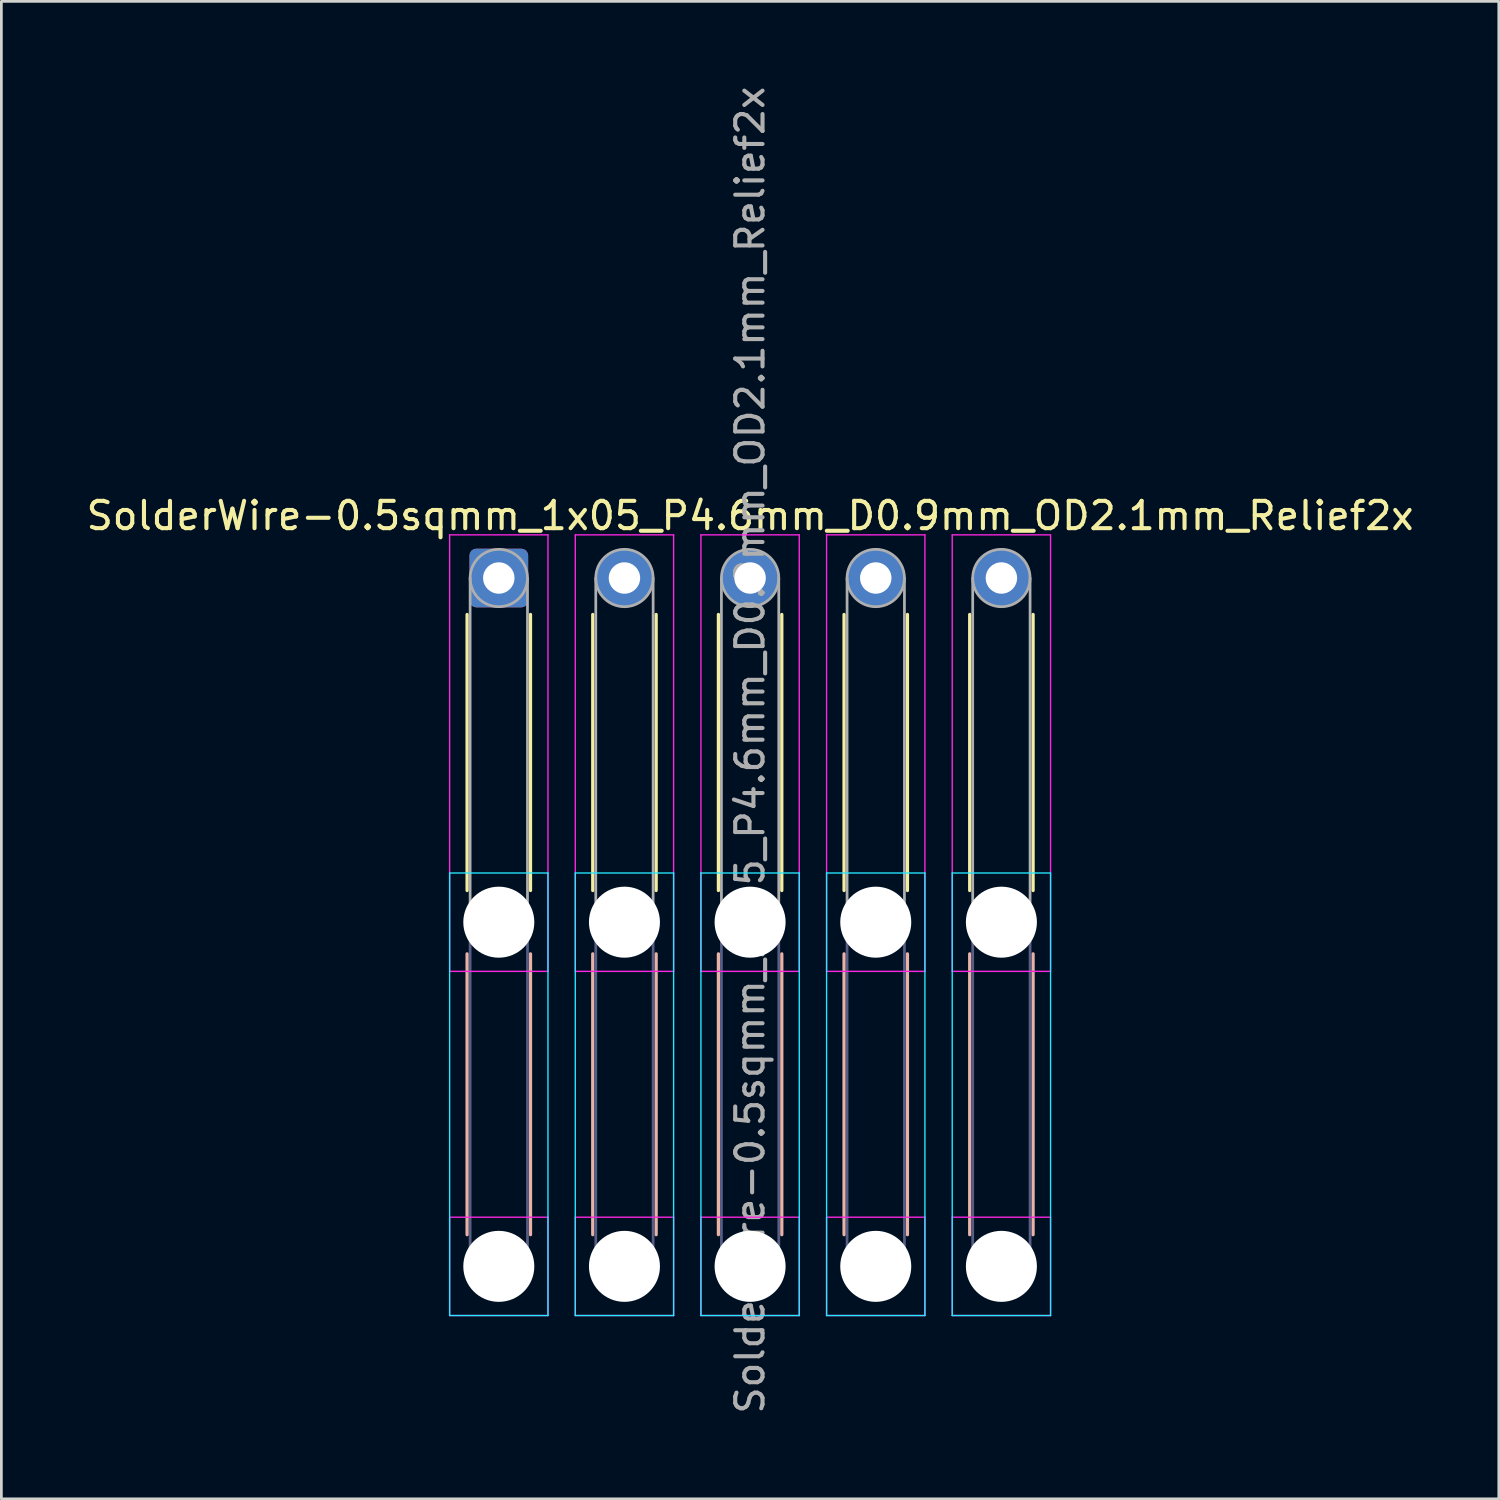
<source format=kicad_pcb>
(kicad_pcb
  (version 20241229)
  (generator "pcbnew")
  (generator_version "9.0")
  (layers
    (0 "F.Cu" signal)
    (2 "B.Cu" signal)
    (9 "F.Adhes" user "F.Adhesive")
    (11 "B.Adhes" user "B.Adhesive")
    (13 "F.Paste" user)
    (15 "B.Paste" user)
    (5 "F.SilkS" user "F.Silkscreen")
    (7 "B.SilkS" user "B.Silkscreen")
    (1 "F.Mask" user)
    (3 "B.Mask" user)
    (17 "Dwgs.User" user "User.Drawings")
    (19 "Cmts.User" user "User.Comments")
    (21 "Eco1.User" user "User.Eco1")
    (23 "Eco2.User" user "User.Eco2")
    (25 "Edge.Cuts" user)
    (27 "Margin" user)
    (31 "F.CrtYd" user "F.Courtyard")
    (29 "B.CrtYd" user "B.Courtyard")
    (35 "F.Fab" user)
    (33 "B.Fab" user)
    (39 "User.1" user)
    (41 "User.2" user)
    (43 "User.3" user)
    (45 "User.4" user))
  (footprint "SolderWire-0.5sqmm_1x05_P4.6mm_D0.9mm_OD2.1mm_Relief2x"
    (layer "F.Cu")
    (at 15.211 18.111)
    (property "Reference" "SolderWire-0.5sqmm_1x05_P4.6mm_D0.9mm_OD2.1mm_Relief2x" (at 9.2 -2.28 0) (layer "F.SilkS") (effects (font (size 1 1) (thickness 0.15))))
    (attr exclude_from_pos_files exclude_from_bom)
    (fp_line (start -1.16 1.335) (end -1.16 11.44) (stroke (width 0.12) (type solid)) (layer "F.SilkS"))
    (fp_line (start 1.16 1.335) (end 1.16 11.44) (stroke (width 0.12) (type solid)) (layer "F.SilkS"))
    (fp_line (start 3.44 1.335) (end 3.44 11.44) (stroke (width 0.12) (type solid)) (layer "F.SilkS"))
    (fp_line (start 5.76 1.335) (end 5.76 11.44) (stroke (width 0.12) (type solid)) (layer "F.SilkS"))
    (fp_line (start 8.04 1.335) (end 8.04 11.44) (stroke (width 0.12) (type solid)) (layer "F.SilkS"))
    (fp_line (start 10.36 1.335) (end 10.36 11.44) (stroke (width 0.12) (type solid)) (layer "F.SilkS"))
    (fp_line (start 12.64 1.335) (end 12.64 11.44) (stroke (width 0.12) (type solid)) (layer "F.SilkS"))
    (fp_line (start 14.96 1.335) (end 14.96 11.44) (stroke (width 0.12) (type solid)) (layer "F.SilkS"))
    (fp_line (start 17.24 1.335) (end 17.24 11.44) (stroke (width 0.12) (type solid)) (layer "F.SilkS"))
    (fp_line (start 19.56 1.335) (end 19.56 11.44) (stroke (width 0.12) (type solid)) (layer "F.SilkS"))
    (fp_line (start -1.16 13.76) (end -1.16 24.04) (stroke (width 0.12) (type solid)) (layer "B.SilkS"))
    (fp_line (start 1.16 13.76) (end 1.16 24.04) (stroke (width 0.12) (type solid)) (layer "B.SilkS"))
    (fp_line (start 3.44 13.76) (end 3.44 24.04) (stroke (width 0.12) (type solid)) (layer "B.SilkS"))
    (fp_line (start 5.76 13.76) (end 5.76 24.04) (stroke (width 0.12) (type solid)) (layer "B.SilkS"))
    (fp_line (start 8.04 13.76) (end 8.04 24.04) (stroke (width 0.12) (type solid)) (layer "B.SilkS"))
    (fp_line (start 10.36 13.76) (end 10.36 24.04) (stroke (width 0.12) (type solid)) (layer "B.SilkS"))
    (fp_line (start 12.64 13.76) (end 12.64 24.04) (stroke (width 0.12) (type solid)) (layer "B.SilkS"))
    (fp_line (start 14.96 13.76) (end 14.96 24.04) (stroke (width 0.12) (type solid)) (layer "B.SilkS"))
    (fp_line (start 17.24 13.76) (end 17.24 24.04) (stroke (width 0.12) (type solid)) (layer "B.SilkS"))
    (fp_line (start 19.56 13.76) (end 19.56 24.04) (stroke (width 0.12) (type solid)) (layer "B.SilkS"))
    (fp_line (start -1.8 10.8) (end -1.8 27) (stroke (width 0.05) (type solid)) (layer "B.CrtYd"))
    (fp_line (start -1.8 27) (end 1.8 27) (stroke (width 0.05) (type solid)) (layer "B.CrtYd"))
    (fp_line (start 1.8 10.8) (end -1.8 10.8) (stroke (width 0.05) (type solid)) (layer "B.CrtYd"))
    (fp_line (start 1.8 27) (end 1.8 10.8) (stroke (width 0.05) (type solid)) (layer "B.CrtYd"))
    (fp_line (start 2.8 10.8) (end 2.8 27) (stroke (width 0.05) (type solid)) (layer "B.CrtYd"))
    (fp_line (start 2.8 27) (end 6.4 27) (stroke (width 0.05) (type solid)) (layer "B.CrtYd"))
    (fp_line (start 6.4 10.8) (end 2.8 10.8) (stroke (width 0.05) (type solid)) (layer "B.CrtYd"))
    (fp_line (start 6.4 27) (end 6.4 10.8) (stroke (width 0.05) (type solid)) (layer "B.CrtYd"))
    (fp_line (start 7.4 10.8) (end 7.4 27) (stroke (width 0.05) (type solid)) (layer "B.CrtYd"))
    (fp_line (start 7.4 27) (end 11 27) (stroke (width 0.05) (type solid)) (layer "B.CrtYd"))
    (fp_line (start 11 10.8) (end 7.4 10.8) (stroke (width 0.05) (type solid)) (layer "B.CrtYd"))
    (fp_line (start 11 27) (end 11 10.8) (stroke (width 0.05) (type solid)) (layer "B.CrtYd"))
    (fp_line (start 12 10.8) (end 12 27) (stroke (width 0.05) (type solid)) (layer "B.CrtYd"))
    (fp_line (start 12 27) (end 15.6 27) (stroke (width 0.05) (type solid)) (layer "B.CrtYd"))
    (fp_line (start 15.6 10.8) (end 12 10.8) (stroke (width 0.05) (type solid)) (layer "B.CrtYd"))
    (fp_line (start 15.6 27) (end 15.6 10.8) (stroke (width 0.05) (type solid)) (layer "B.CrtYd"))
    (fp_line (start 16.6 10.8) (end 16.6 27) (stroke (width 0.05) (type solid)) (layer "B.CrtYd"))
    (fp_line (start 16.6 27) (end 20.2 27) (stroke (width 0.05) (type solid)) (layer "B.CrtYd"))
    (fp_line (start 20.2 10.8) (end 16.6 10.8) (stroke (width 0.05) (type solid)) (layer "B.CrtYd"))
    (fp_line (start 20.2 27) (end 20.2 10.8) (stroke (width 0.05) (type solid)) (layer "B.CrtYd"))
    (fp_line (start -1.8 -1.58) (end -1.8 14.4) (stroke (width 0.05) (type solid)) (layer "F.CrtYd"))
    (fp_line (start -1.8 14.4) (end 1.8 14.4) (stroke (width 0.05) (type solid)) (layer "F.CrtYd"))
    (fp_line (start -1.8 23.4) (end -1.8 27) (stroke (width 0.05) (type solid)) (layer "F.CrtYd"))
    (fp_line (start -1.8 27) (end 1.8 27) (stroke (width 0.05) (type solid)) (layer "F.CrtYd"))
    (fp_line (start 1.8 -1.58) (end -1.8 -1.58) (stroke (width 0.05) (type solid)) (layer "F.CrtYd"))
    (fp_line (start 1.8 14.4) (end 1.8 -1.58) (stroke (width 0.05) (type solid)) (layer "F.CrtYd"))
    (fp_line (start 1.8 23.4) (end -1.8 23.4) (stroke (width 0.05) (type solid)) (layer "F.CrtYd"))
    (fp_line (start 1.8 27) (end 1.8 23.4) (stroke (width 0.05) (type solid)) (layer "F.CrtYd"))
    (fp_line (start 2.8 -1.58) (end 2.8 14.4) (stroke (width 0.05) (type solid)) (layer "F.CrtYd"))
    (fp_line (start 2.8 14.4) (end 6.4 14.4) (stroke (width 0.05) (type solid)) (layer "F.CrtYd"))
    (fp_line (start 2.8 23.4) (end 2.8 27) (stroke (width 0.05) (type solid)) (layer "F.CrtYd"))
    (fp_line (start 2.8 27) (end 6.4 27) (stroke (width 0.05) (type solid)) (layer "F.CrtYd"))
    (fp_line (start 6.4 -1.58) (end 2.8 -1.58) (stroke (width 0.05) (type solid)) (layer "F.CrtYd"))
    (fp_line (start 6.4 14.4) (end 6.4 -1.58) (stroke (width 0.05) (type solid)) (layer "F.CrtYd"))
    (fp_line (start 6.4 23.4) (end 2.8 23.4) (stroke (width 0.05) (type solid)) (layer "F.CrtYd"))
    (fp_line (start 6.4 27) (end 6.4 23.4) (stroke (width 0.05) (type solid)) (layer "F.CrtYd"))
    (fp_line (start 7.4 -1.58) (end 7.4 14.4) (stroke (width 0.05) (type solid)) (layer "F.CrtYd"))
    (fp_line (start 7.4 14.4) (end 11 14.4) (stroke (width 0.05) (type solid)) (layer "F.CrtYd"))
    (fp_line (start 7.4 23.4) (end 7.4 27) (stroke (width 0.05) (type solid)) (layer "F.CrtYd"))
    (fp_line (start 7.4 27) (end 11 27) (stroke (width 0.05) (type solid)) (layer "F.CrtYd"))
    (fp_line (start 11 -1.58) (end 7.4 -1.58) (stroke (width 0.05) (type solid)) (layer "F.CrtYd"))
    (fp_line (start 11 14.4) (end 11 -1.58) (stroke (width 0.05) (type solid)) (layer "F.CrtYd"))
    (fp_line (start 11 23.4) (end 7.4 23.4) (stroke (width 0.05) (type solid)) (layer "F.CrtYd"))
    (fp_line (start 11 27) (end 11 23.4) (stroke (width 0.05) (type solid)) (layer "F.CrtYd"))
    (fp_line (start 12 -1.58) (end 12 14.4) (stroke (width 0.05) (type solid)) (layer "F.CrtYd"))
    (fp_line (start 12 14.4) (end 15.6 14.4) (stroke (width 0.05) (type solid)) (layer "F.CrtYd"))
    (fp_line (start 12 23.4) (end 12 27) (stroke (width 0.05) (type solid)) (layer "F.CrtYd"))
    (fp_line (start 12 27) (end 15.6 27) (stroke (width 0.05) (type solid)) (layer "F.CrtYd"))
    (fp_line (start 15.6 -1.58) (end 12 -1.58) (stroke (width 0.05) (type solid)) (layer "F.CrtYd"))
    (fp_line (start 15.6 14.4) (end 15.6 -1.58) (stroke (width 0.05) (type solid)) (layer "F.CrtYd"))
    (fp_line (start 15.6 23.4) (end 12 23.4) (stroke (width 0.05) (type solid)) (layer "F.CrtYd"))
    (fp_line (start 15.6 27) (end 15.6 23.4) (stroke (width 0.05) (type solid)) (layer "F.CrtYd"))
    (fp_line (start 16.6 -1.58) (end 16.6 14.4) (stroke (width 0.05) (type solid)) (layer "F.CrtYd"))
    (fp_line (start 16.6 14.4) (end 20.2 14.4) (stroke (width 0.05) (type solid)) (layer "F.CrtYd"))
    (fp_line (start 16.6 23.4) (end 16.6 27) (stroke (width 0.05) (type solid)) (layer "F.CrtYd"))
    (fp_line (start 16.6 27) (end 20.2 27) (stroke (width 0.05) (type solid)) (layer "F.CrtYd"))
    (fp_line (start 20.2 -1.58) (end 16.6 -1.58) (stroke (width 0.05) (type solid)) (layer "F.CrtYd"))
    (fp_line (start 20.2 14.4) (end 20.2 -1.58) (stroke (width 0.05) (type solid)) (layer "F.CrtYd"))
    (fp_line (start 20.2 23.4) (end 16.6 23.4) (stroke (width 0.05) (type solid)) (layer "F.CrtYd"))
    (fp_line (start 20.2 27) (end 20.2 23.4) (stroke (width 0.05) (type solid)) (layer "F.CrtYd"))
    (fp_line (start -1.05 12.6) (end -1.05 25.2) (stroke (width 0.1) (type solid)) (layer "B.Fab"))
    (fp_line (start 1.05 12.6) (end 1.05 25.2) (stroke (width 0.1) (type solid)) (layer "B.Fab"))
    (fp_line (start 3.55 12.6) (end 3.55 25.2) (stroke (width 0.1) (type solid)) (layer "B.Fab"))
    (fp_line (start 5.65 12.6) (end 5.65 25.2) (stroke (width 0.1) (type solid)) (layer "B.Fab"))
    (fp_line (start 8.15 12.6) (end 8.15 25.2) (stroke (width 0.1) (type solid)) (layer "B.Fab"))
    (fp_line (start 10.25 12.6) (end 10.25 25.2) (stroke (width 0.1) (type solid)) (layer "B.Fab"))
    (fp_line (start 12.75 12.6) (end 12.75 25.2) (stroke (width 0.1) (type solid)) (layer "B.Fab"))
    (fp_line (start 14.85 12.6) (end 14.85 25.2) (stroke (width 0.1) (type solid)) (layer "B.Fab"))
    (fp_line (start 17.35 12.6) (end 17.35 25.2) (stroke (width 0.1) (type solid)) (layer "B.Fab"))
    (fp_line (start 19.45 12.6) (end 19.45 25.2) (stroke (width 0.1) (type solid)) (layer "B.Fab"))
    (fp_circle (center 0 12.6) (end 1.05 12.6) (stroke (width 0.1) (type solid)) (fill no) (layer "B.Fab"))
    (fp_circle (center 0 25.2) (end 1.05 25.2) (stroke (width 0.1) (type solid)) (fill no) (layer "B.Fab"))
    (fp_circle (center 4.6 12.6) (end 5.65 12.6) (stroke (width 0.1) (type solid)) (fill no) (layer "B.Fab"))
    (fp_circle (center 4.6 25.2) (end 5.65 25.2) (stroke (width 0.1) (type solid)) (fill no) (layer "B.Fab"))
    (fp_circle (center 9.2 12.6) (end 10.25 12.6) (stroke (width 0.1) (type solid)) (fill no) (layer "B.Fab"))
    (fp_circle (center 9.2 25.2) (end 10.25 25.2) (stroke (width 0.1) (type solid)) (fill no) (layer "B.Fab"))
    (fp_circle (center 13.8 12.6) (end 14.85 12.6) (stroke (width 0.1) (type solid)) (fill no) (layer "B.Fab"))
    (fp_circle (center 13.8 25.2) (end 14.85 25.2) (stroke (width 0.1) (type solid)) (fill no) (layer "B.Fab"))
    (fp_circle (center 18.4 12.6) (end 19.45 12.6) (stroke (width 0.1) (type solid)) (fill no) (layer "B.Fab"))
    (fp_circle (center 18.4 25.2) (end 19.45 25.2) (stroke (width 0.1) (type solid)) (fill no) (layer "B.Fab"))
    (fp_line (start -1.05 0) (end -1.05 12.6) (stroke (width 0.1) (type solid)) (layer "F.Fab"))
    (fp_line (start 1.05 0) (end 1.05 12.6) (stroke (width 0.1) (type solid)) (layer "F.Fab"))
    (fp_line (start 3.55 0) (end 3.55 12.6) (stroke (width 0.1) (type solid)) (layer "F.Fab"))
    (fp_line (start 5.65 0) (end 5.65 12.6) (stroke (width 0.1) (type solid)) (layer "F.Fab"))
    (fp_line (start 8.15 0) (end 8.15 12.6) (stroke (width 0.1) (type solid)) (layer "F.Fab"))
    (fp_line (start 10.25 0) (end 10.25 12.6) (stroke (width 0.1) (type solid)) (layer "F.Fab"))
    (fp_line (start 12.75 0) (end 12.75 12.6) (stroke (width 0.1) (type solid)) (layer "F.Fab"))
    (fp_line (start 14.85 0) (end 14.85 12.6) (stroke (width 0.1) (type solid)) (layer "F.Fab"))
    (fp_line (start 17.35 0) (end 17.35 12.6) (stroke (width 0.1) (type solid)) (layer "F.Fab"))
    (fp_line (start 19.45 0) (end 19.45 12.6) (stroke (width 0.1) (type solid)) (layer "F.Fab"))
    (fp_circle (center 0 0) (end 1.05 0) (stroke (width 0.1) (type solid)) (fill no) (layer "F.Fab"))
    (fp_circle (center 0 12.6) (end 1.05 12.6) (stroke (width 0.1) (type solid)) (fill no) (layer "F.Fab"))
    (fp_circle (center 0 25.2) (end 1.05 25.2) (stroke (width 0.1) (type solid)) (fill no) (layer "F.Fab"))
    (fp_circle (center 4.6 0) (end 5.65 0) (stroke (width 0.1) (type solid)) (fill no) (layer "F.Fab"))
    (fp_circle (center 4.6 12.6) (end 5.65 12.6) (stroke (width 0.1) (type solid)) (fill no) (layer "F.Fab"))
    (fp_circle (center 4.6 25.2) (end 5.65 25.2) (stroke (width 0.1) (type solid)) (fill no) (layer "F.Fab"))
    (fp_circle (center 9.2 0) (end 10.25 0) (stroke (width 0.1) (type solid)) (fill no) (layer "F.Fab"))
    (fp_circle (center 9.2 12.6) (end 10.25 12.6) (stroke (width 0.1) (type solid)) (fill no) (layer "F.Fab"))
    (fp_circle (center 9.2 25.2) (end 10.25 25.2) (stroke (width 0.1) (type solid)) (fill no) (layer "F.Fab"))
    (fp_circle (center 13.8 0) (end 14.85 0) (stroke (width 0.1) (type solid)) (fill no) (layer "F.Fab"))
    (fp_circle (center 13.8 12.6) (end 14.85 12.6) (stroke (width 0.1) (type solid)) (fill no) (layer "F.Fab"))
    (fp_circle (center 13.8 25.2) (end 14.85 25.2) (stroke (width 0.1) (type solid)) (fill no) (layer "F.Fab"))
    (fp_circle (center 18.4 0) (end 19.45 0) (stroke (width 0.1) (type solid)) (fill no) (layer "F.Fab"))
    (fp_circle (center 18.4 12.6) (end 19.45 12.6) (stroke (width 0.1) (type solid)) (fill no) (layer "F.Fab"))
    (fp_circle (center 18.4 25.2) (end 19.45 25.2) (stroke (width 0.1) (type solid)) (fill no) (layer "F.Fab"))
    (fp_text user "${REFERENCE}" (at 9.2 6.3 90) (layer "F.Fab") (effects (font (size 1 1) (thickness 0.15))))
    (pad "" np_thru_hole circle (at 0 12.6) (size 2.6 2.6) (drill 2.6) (layers "*.Cu" "*.Mask"))
    (pad "" np_thru_hole circle (at 0 25.2) (size 2.6 2.6) (drill 2.6) (layers "*.Cu" "*.Mask"))
    (pad "" np_thru_hole circle (at 4.6 12.6) (size 2.6 2.6) (drill 2.6) (layers "*.Cu" "*.Mask"))
    (pad "" np_thru_hole circle (at 4.6 25.2) (size 2.6 2.6) (drill 2.6) (layers "*.Cu" "*.Mask"))
    (pad "" np_thru_hole circle (at 9.2 12.6) (size 2.6 2.6) (drill 2.6) (layers "*.Cu" "*.Mask"))
    (pad "" np_thru_hole circle (at 9.2 25.2) (size 2.6 2.6) (drill 2.6) (layers "*.Cu" "*.Mask"))
    (pad "" np_thru_hole circle (at 13.8 12.6) (size 2.6 2.6) (drill 2.6) (layers "*.Cu" "*.Mask"))
    (pad "" np_thru_hole circle (at 13.8 25.2) (size 2.6 2.6) (drill 2.6) (layers "*.Cu" "*.Mask"))
    (pad "" np_thru_hole circle (at 18.4 12.6) (size 2.6 2.6) (drill 2.6) (layers "*.Cu" "*.Mask"))
    (pad "" np_thru_hole circle (at 18.4 25.2) (size 2.6 2.6) (drill 2.6) (layers "*.Cu" "*.Mask"))
    (pad "1" thru_hole roundrect (at 0 0) (size 2.15 2.15) (drill 1.15) (layers "*.Cu" "*.Mask") (roundrect_rratio 0.116))
    (pad "2" thru_hole circle (at 4.6 0) (size 2.15 2.15) (drill 1.15) (layers "*.Cu" "*.Mask"))
    (pad "3" thru_hole circle (at 9.2 0) (size 2.15 2.15) (drill 1.15) (layers "*.Cu" "*.Mask"))
    (pad "4" thru_hole circle (at 13.8 0) (size 2.15 2.15) (drill 1.15) (layers "*.Cu" "*.Mask"))
    (pad "5" thru_hole circle (at 18.4 0) (size 2.15 2.15) (drill 1.15) (layers "*.Cu" "*.Mask")))
  (gr_rect
    (start -3 -3)
    (end 51.821 51.821)
    (stroke (width 0.1) (type default))
    (fill no)
    (layer "Edge.Cuts")))
</source>
